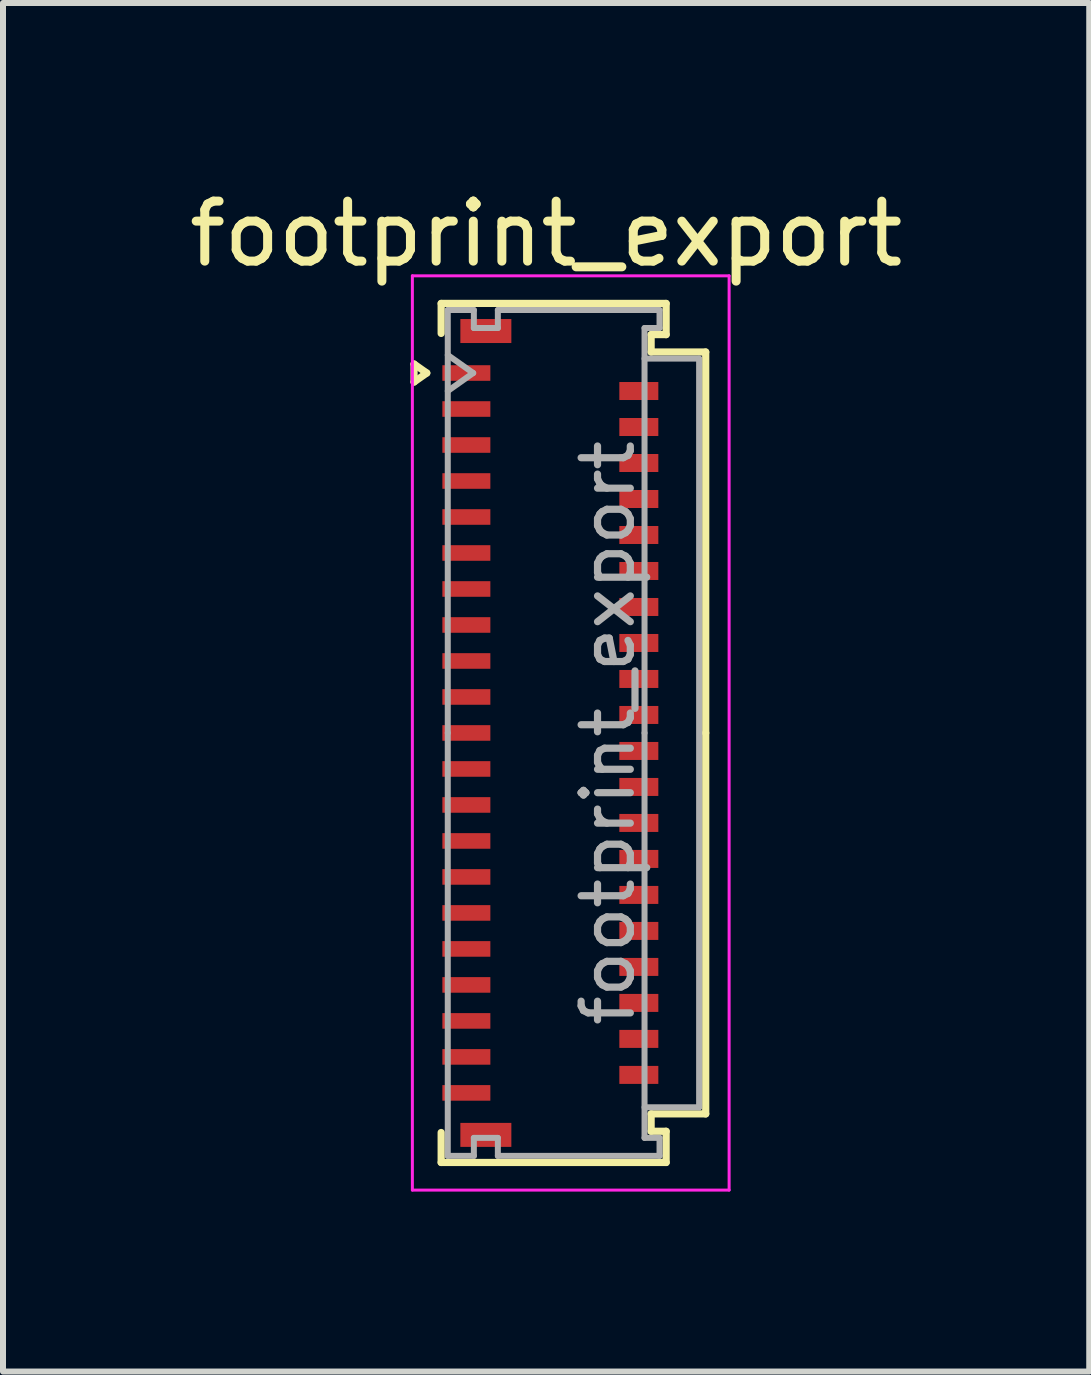
<source format=kicad_pcb>
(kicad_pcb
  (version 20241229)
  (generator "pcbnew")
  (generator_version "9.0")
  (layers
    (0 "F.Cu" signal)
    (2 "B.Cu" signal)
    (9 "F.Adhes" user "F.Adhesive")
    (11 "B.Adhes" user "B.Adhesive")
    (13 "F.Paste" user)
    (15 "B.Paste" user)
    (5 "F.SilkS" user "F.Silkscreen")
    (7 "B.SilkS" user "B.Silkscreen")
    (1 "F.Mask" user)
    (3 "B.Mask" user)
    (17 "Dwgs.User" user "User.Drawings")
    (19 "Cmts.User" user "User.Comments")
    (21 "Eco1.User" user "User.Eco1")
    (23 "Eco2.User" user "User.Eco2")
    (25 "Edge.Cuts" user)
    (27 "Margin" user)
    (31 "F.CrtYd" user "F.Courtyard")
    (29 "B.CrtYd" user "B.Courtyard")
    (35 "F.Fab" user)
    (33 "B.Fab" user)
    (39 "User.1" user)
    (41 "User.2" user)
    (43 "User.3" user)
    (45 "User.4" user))
  (footprint "footprint_export"
    (layer "F.Cu")
    (at 6.124 9.168)
    (property "Reference" "footprint_export" (at -0.07 -8.32 0) (layer "F.SilkS") (effects (font (size 1 1) (thickness 0.15))))
    (attr smd)
    (fp_line (start -2.272 -6.15) (end -2.06 -6) (stroke (width 0.12) (type solid)) (layer "F.SilkS"))
    (fp_line (start -2.272 -5.85) (end -2.272 -6.15) (stroke (width 0.12) (type solid)) (layer "F.SilkS"))
    (fp_line (start -2.06 -6) (end -2.272 -5.85) (stroke (width 0.12) (type solid)) (layer "F.SilkS"))
    (fp_line (start -1.82 -7.16) (end 1.93 -7.16) (stroke (width 0.12) (type solid)) (layer "F.SilkS"))
    (fp_line (start -1.82 -6.66) (end -1.82 -7.16) (stroke (width 0.12) (type solid)) (layer "F.SilkS"))
    (fp_line (start -1.82 6.66) (end -1.82 7.16) (stroke (width 0.12) (type solid)) (layer "F.SilkS"))
    (fp_line (start -1.82 7.16) (end 1.93 7.16) (stroke (width 0.12) (type solid)) (layer "F.SilkS"))
    (fp_line (start 1.68 -6.64) (end 1.68 -6.35) (stroke (width 0.12) (type solid)) (layer "F.SilkS"))
    (fp_line (start 1.68 -6.35) (end 2.59 -6.35) (stroke (width 0.12) (type solid)) (layer "F.SilkS"))
    (fp_line (start 1.68 6.35) (end 2.59 6.35) (stroke (width 0.12) (type solid)) (layer "F.SilkS"))
    (fp_line (start 1.68 6.64) (end 1.68 6.35) (stroke (width 0.12) (type solid)) (layer "F.SilkS"))
    (fp_line (start 1.93 -7.16) (end 1.93 -6.64) (stroke (width 0.12) (type solid)) (layer "F.SilkS"))
    (fp_line (start 1.93 -6.64) (end 1.68 -6.64) (stroke (width 0.12) (type solid)) (layer "F.SilkS"))
    (fp_line (start 1.93 6.64) (end 1.68 6.64) (stroke (width 0.12) (type solid)) (layer "F.SilkS"))
    (fp_line (start 1.93 7.16) (end 1.93 6.64) (stroke (width 0.12) (type solid)) (layer "F.SilkS"))
    (fp_line (start 2.59 -6.35) (end 2.59 0) (stroke (width 0.12) (type solid)) (layer "F.SilkS"))
    (fp_line (start 2.59 6.35) (end 2.59 0) (stroke (width 0.12) (type solid)) (layer "F.SilkS"))
    (fp_line (start -2.3 -7.62) (end -2.3 7.62) (stroke (width 0.05) (type solid)) (layer "F.CrtYd"))
    (fp_line (start -2.3 7.62) (end 2.98 7.62) (stroke (width 0.05) (type solid)) (layer "F.CrtYd"))
    (fp_line (start 2.98 -7.62) (end -2.3 -7.62) (stroke (width 0.05) (type solid)) (layer "F.CrtYd"))
    (fp_line (start 2.98 7.62) (end 2.98 -7.62) (stroke (width 0.05) (type solid)) (layer "F.CrtYd"))
    (fp_line (start -1.71 -7.05) (end -1.275 -7.05) (stroke (width 0.1) (type solid)) (layer "F.Fab"))
    (fp_line (start -1.71 -6.3) (end -1.286 -6) (stroke (width 0.1) (type solid)) (layer "F.Fab"))
    (fp_line (start -1.71 0) (end -1.71 -7.05) (stroke (width 0.1) (type solid)) (layer "F.Fab"))
    (fp_line (start -1.71 0) (end -1.71 7.05) (stroke (width 0.1) (type solid)) (layer "F.Fab"))
    (fp_line (start -1.71 7.05) (end -1.275 7.05) (stroke (width 0.1) (type solid)) (layer "F.Fab"))
    (fp_line (start -1.286 -6) (end -1.71 -5.7) (stroke (width 0.1) (type solid)) (layer "F.Fab"))
    (fp_line (start -1.275 -7.05) (end -1.275 -6.75) (stroke (width 0.1) (type solid)) (layer "F.Fab"))
    (fp_line (start -1.275 -6.75) (end -0.875 -6.75) (stroke (width 0.1) (type solid)) (layer "F.Fab"))
    (fp_line (start -1.275 6.75) (end -0.875 6.75) (stroke (width 0.1) (type solid)) (layer "F.Fab"))
    (fp_line (start -1.275 7.05) (end -1.275 6.75) (stroke (width 0.1) (type solid)) (layer "F.Fab"))
    (fp_line (start -0.875 -7.05) (end 1.82 -7.05) (stroke (width 0.1) (type solid)) (layer "F.Fab"))
    (fp_line (start -0.875 -6.75) (end -0.875 -7.05) (stroke (width 0.1) (type solid)) (layer "F.Fab"))
    (fp_line (start -0.875 6.75) (end -0.875 7.05) (stroke (width 0.1) (type solid)) (layer "F.Fab"))
    (fp_line (start -0.875 7.05) (end 1.82 7.05) (stroke (width 0.1) (type solid)) (layer "F.Fab"))
    (fp_line (start 1.57 -6.75) (end 1.57 0) (stroke (width 0.1) (type solid)) (layer "F.Fab"))
    (fp_line (start 1.57 -6.24) (end 2.48 -6.24) (stroke (width 0.1) (type solid)) (layer "F.Fab"))
    (fp_line (start 1.57 6.75) (end 1.57 0) (stroke (width 0.1) (type solid)) (layer "F.Fab"))
    (fp_line (start 1.82 -7.05) (end 1.82 -6.75) (stroke (width 0.1) (type solid)) (layer "F.Fab"))
    (fp_line (start 1.82 -6.75) (end 1.57 -6.75) (stroke (width 0.1) (type solid)) (layer "F.Fab"))
    (fp_line (start 1.82 6.75) (end 1.57 6.75) (stroke (width 0.1) (type solid)) (layer "F.Fab"))
    (fp_line (start 1.82 7.05) (end 1.82 6.75) (stroke (width 0.1) (type solid)) (layer "F.Fab"))
    (fp_line (start 2.48 -6.24) (end 2.48 6.24) (stroke (width 0.1) (type solid)) (layer "F.Fab"))
    (fp_line (start 2.48 6.24) (end 1.57 6.24) (stroke (width 0.1) (type solid)) (layer "F.Fab"))
    (fp_text user "${REFERENCE}" (at 0.96 0 90) (layer "F.Fab") (effects (font (size 0.82 0.82) (thickness 0.12))))
    (pad "1" smd rect (at -1.4 -6) (size 0.8 0.26) (layers "F.Cu" "F.Mask" "F.Paste"))
    (pad "2" smd rect (at 1.475 -5.7) (size 0.65 0.3) (layers "F.Cu" "F.Mask" "F.Paste"))
    (pad "3" smd rect (at -1.4 -5.4) (size 0.8 0.26) (layers "F.Cu" "F.Mask" "F.Paste"))
    (pad "4" smd rect (at 1.475 -5.1) (size 0.65 0.3) (layers "F.Cu" "F.Mask" "F.Paste"))
    (pad "5" smd rect (at -1.4 -4.8) (size 0.8 0.26) (layers "F.Cu" "F.Mask" "F.Paste"))
    (pad "6" smd rect (at 1.475 -4.5) (size 0.65 0.3) (layers "F.Cu" "F.Mask" "F.Paste"))
    (pad "7" smd rect (at -1.4 -4.2) (size 0.8 0.26) (layers "F.Cu" "F.Mask" "F.Paste"))
    (pad "8" smd rect (at 1.475 -3.9) (size 0.65 0.3) (layers "F.Cu" "F.Mask" "F.Paste"))
    (pad "9" smd rect (at -1.4 -3.6) (size 0.8 0.26) (layers "F.Cu" "F.Mask" "F.Paste"))
    (pad "10" smd rect (at 1.475 -3.3) (size 0.65 0.3) (layers "F.Cu" "F.Mask" "F.Paste"))
    (pad "11" smd rect (at -1.4 -3) (size 0.8 0.26) (layers "F.Cu" "F.Mask" "F.Paste"))
    (pad "12" smd rect (at 1.475 -2.7) (size 0.65 0.3) (layers "F.Cu" "F.Mask" "F.Paste"))
    (pad "13" smd rect (at -1.4 -2.4) (size 0.8 0.26) (layers "F.Cu" "F.Mask" "F.Paste"))
    (pad "14" smd rect (at 1.475 -2.1) (size 0.65 0.3) (layers "F.Cu" "F.Mask" "F.Paste"))
    (pad "15" smd rect (at -1.4 -1.8) (size 0.8 0.26) (layers "F.Cu" "F.Mask" "F.Paste"))
    (pad "16" smd rect (at 1.475 -1.5) (size 0.65 0.3) (layers "F.Cu" "F.Mask" "F.Paste"))
    (pad "17" smd rect (at -1.4 -1.2) (size 0.8 0.26) (layers "F.Cu" "F.Mask" "F.Paste"))
    (pad "18" smd rect (at 1.475 -0.9) (size 0.65 0.3) (layers "F.Cu" "F.Mask" "F.Paste"))
    (pad "19" smd rect (at -1.4 -0.6) (size 0.8 0.26) (layers "F.Cu" "F.Mask" "F.Paste"))
    (pad "20" smd rect (at 1.475 -0.3) (size 0.65 0.3) (layers "F.Cu" "F.Mask" "F.Paste"))
    (pad "21" smd rect (at -1.4 0) (size 0.8 0.26) (layers "F.Cu" "F.Mask" "F.Paste"))
    (pad "22" smd rect (at 1.475 0.3) (size 0.65 0.3) (layers "F.Cu" "F.Mask" "F.Paste"))
    (pad "23" smd rect (at -1.4 0.6) (size 0.8 0.26) (layers "F.Cu" "F.Mask" "F.Paste"))
    (pad "24" smd rect (at 1.475 0.9) (size 0.65 0.3) (layers "F.Cu" "F.Mask" "F.Paste"))
    (pad "25" smd rect (at -1.4 1.2) (size 0.8 0.26) (layers "F.Cu" "F.Mask" "F.Paste"))
    (pad "26" smd rect (at 1.475 1.5) (size 0.65 0.3) (layers "F.Cu" "F.Mask" "F.Paste"))
    (pad "27" smd rect (at -1.4 1.8) (size 0.8 0.26) (layers "F.Cu" "F.Mask" "F.Paste"))
    (pad "28" smd rect (at 1.475 2.1) (size 0.65 0.3) (layers "F.Cu" "F.Mask" "F.Paste"))
    (pad "29" smd rect (at -1.4 2.4) (size 0.8 0.26) (layers "F.Cu" "F.Mask" "F.Paste"))
    (pad "30" smd rect (at 1.475 2.7) (size 0.65 0.3) (layers "F.Cu" "F.Mask" "F.Paste"))
    (pad "31" smd rect (at -1.4 3) (size 0.8 0.26) (layers "F.Cu" "F.Mask" "F.Paste"))
    (pad "32" smd rect (at 1.475 3.3) (size 0.65 0.3) (layers "F.Cu" "F.Mask" "F.Paste"))
    (pad "33" smd rect (at -1.4 3.6) (size 0.8 0.26) (layers "F.Cu" "F.Mask" "F.Paste"))
    (pad "34" smd rect (at 1.475 3.9) (size 0.65 0.3) (layers "F.Cu" "F.Mask" "F.Paste"))
    (pad "35" smd rect (at -1.4 4.2) (size 0.8 0.26) (layers "F.Cu" "F.Mask" "F.Paste"))
    (pad "36" smd rect (at 1.475 4.5) (size 0.65 0.3) (layers "F.Cu" "F.Mask" "F.Paste"))
    (pad "37" smd rect (at -1.4 4.8) (size 0.8 0.26) (layers "F.Cu" "F.Mask" "F.Paste"))
    (pad "38" smd rect (at 1.475 5.1) (size 0.65 0.3) (layers "F.Cu" "F.Mask" "F.Paste"))
    (pad "39" smd rect (at -1.4 5.4) (size 0.8 0.26) (layers "F.Cu" "F.Mask" "F.Paste"))
    (pad "40" smd rect (at 1.475 5.7) (size 0.65 0.3) (layers "F.Cu" "F.Mask" "F.Paste"))
    (pad "41" smd rect (at -1.4 6) (size 0.8 0.26) (layers "F.Cu" "F.Mask" "F.Paste"))
    (pad "MP" smd rect (at -1.075 -6.7) (size 0.85 0.4) (layers "F.Cu" "F.Mask" "F.Paste"))
    (pad "MP" smd rect (at -1.075 6.7) (size 0.85 0.4) (layers "F.Cu" "F.Mask" "F.Paste")))
  (gr_rect
    (start -3 -3)
    (end 15.107 19.813)
    (stroke (width 0.1) (type default))
    (fill no)
    (layer "Edge.Cuts")))
</source>
